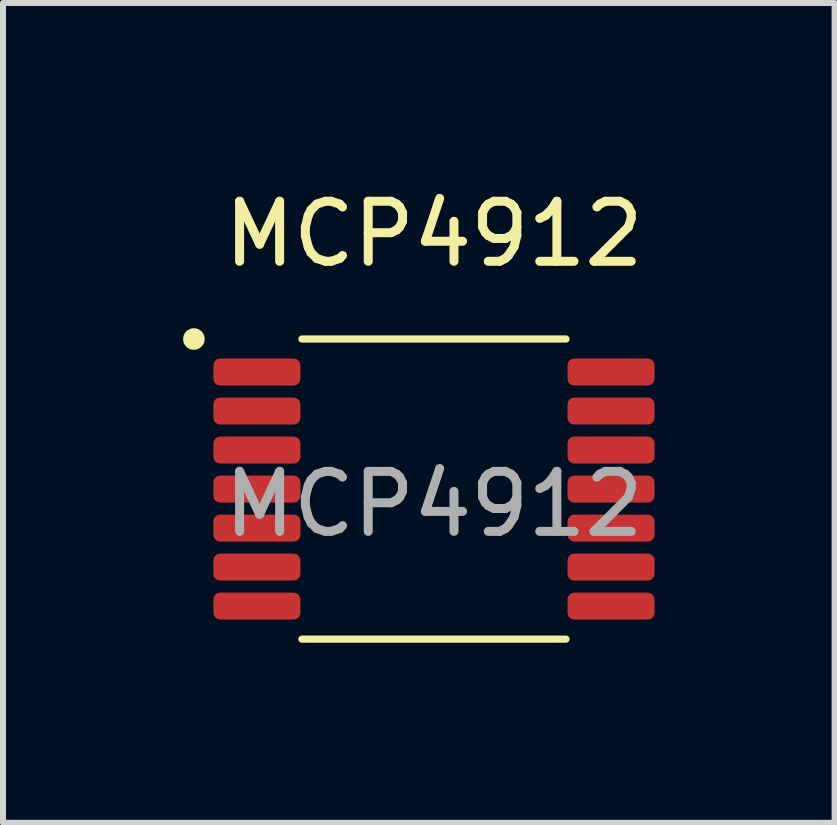
<source format=kicad_pcb>
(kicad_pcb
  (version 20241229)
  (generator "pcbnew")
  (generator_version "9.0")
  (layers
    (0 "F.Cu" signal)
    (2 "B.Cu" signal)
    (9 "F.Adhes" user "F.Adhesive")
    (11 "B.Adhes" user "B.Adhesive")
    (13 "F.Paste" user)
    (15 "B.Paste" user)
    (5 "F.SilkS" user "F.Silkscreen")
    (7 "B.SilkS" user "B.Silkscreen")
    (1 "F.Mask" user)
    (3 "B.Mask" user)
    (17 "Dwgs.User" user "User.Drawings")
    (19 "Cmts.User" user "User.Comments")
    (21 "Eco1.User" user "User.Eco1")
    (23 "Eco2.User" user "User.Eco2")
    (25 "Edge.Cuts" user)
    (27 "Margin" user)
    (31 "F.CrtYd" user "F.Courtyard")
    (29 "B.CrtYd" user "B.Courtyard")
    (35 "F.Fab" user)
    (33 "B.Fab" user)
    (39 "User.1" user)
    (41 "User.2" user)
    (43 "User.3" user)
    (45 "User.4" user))
  (footprint "MCP4912"
    (layer "F.Cu")
    (at 4.18 5.098)
    (property "Reference" "MCP4912" (at 0 -4.25 0) (unlocked yes) (layer "F.SilkS") (effects (font (size 1 1) (thickness 0.15))))
    (attr smd)
    (fp_line (start -2.2 -2.5) (end 2.2 -2.5) (stroke (width 0.12) (type solid)) (layer "F.SilkS"))
    (fp_line (start -2.2 2.5) (end 2.2 2.5) (stroke (width 0.12) (type solid)) (layer "F.SilkS"))
    (fp_circle (center -4 -2.5) (end -3.88 -2.5) (stroke (width 0.12) (type solid)) (fill yes) (layer "F.SilkS"))
    (fp_text user "${REFERENCE}" (at 0 0.25 0) (unlocked yes) (layer "F.Fab") (effects (font (size 1 1) (thickness 0.15))))
    (pad "1" smd roundrect (at -2.95 -1.95) (size 1.45 0.45) (layers "F.Cu" "F.Mask" "F.Paste") (roundrect_rratio 0.25))
    (pad "2" smd roundrect (at -2.95 -1.3) (size 1.45 0.45) (layers "F.Cu" "F.Mask" "F.Paste") (roundrect_rratio 0.25))
    (pad "3" smd roundrect (at -2.95 -0.65) (size 1.45 0.45) (layers "F.Cu" "F.Mask" "F.Paste") (roundrect_rratio 0.25))
    (pad "4" smd roundrect (at -2.95 0) (size 1.45 0.45) (layers "F.Cu" "F.Mask" "F.Paste") (roundrect_rratio 0.25))
    (pad "5" smd roundrect (at -2.95 0.65) (size 1.45 0.45) (layers "F.Cu" "F.Mask" "F.Paste") (roundrect_rratio 0.25))
    (pad "6" smd roundrect (at -2.95 1.3) (size 1.45 0.45) (layers "F.Cu" "F.Mask" "F.Paste") (roundrect_rratio 0.25))
    (pad "7" smd roundrect (at -2.95 1.95) (size 1.45 0.45) (layers "F.Cu" "F.Mask" "F.Paste") (roundrect_rratio 0.25))
    (pad "8" smd roundrect (at 2.95 -1.95) (size 1.45 0.45) (layers "F.Cu" "F.Mask" "F.Paste") (roundrect_rratio 0.25))
    (pad "9" smd roundrect (at 2.95 -1.3) (size 1.45 0.45) (layers "F.Cu" "F.Mask" "F.Paste") (roundrect_rratio 0.25))
    (pad "10" smd roundrect (at 2.95 -0.65) (size 1.45 0.45) (layers "F.Cu" "F.Mask" "F.Paste") (roundrect_rratio 0.25))
    (pad "11" smd roundrect (at 2.95 0) (size 1.45 0.45) (layers "F.Cu" "F.Mask" "F.Paste") (roundrect_rratio 0.25))
    (pad "12" smd roundrect (at 2.95 0.65) (size 1.45 0.45) (layers "F.Cu" "F.Mask" "F.Paste") (roundrect_rratio 0.25))
    (pad "13" smd roundrect (at 2.95 1.3) (size 1.45 0.45) (layers "F.Cu" "F.Mask" "F.Paste") (roundrect_rratio 0.25))
    (pad "14" smd roundrect (at 2.95 1.95) (size 1.45 0.45) (layers "F.Cu" "F.Mask" "F.Paste") (roundrect_rratio 0.25)))
  (gr_rect
    (start -3 -3)
    (end 10.855 10.658)
    (stroke (width 0.1) (type default))
    (fill no)
    (layer "Edge.Cuts")))
</source>
